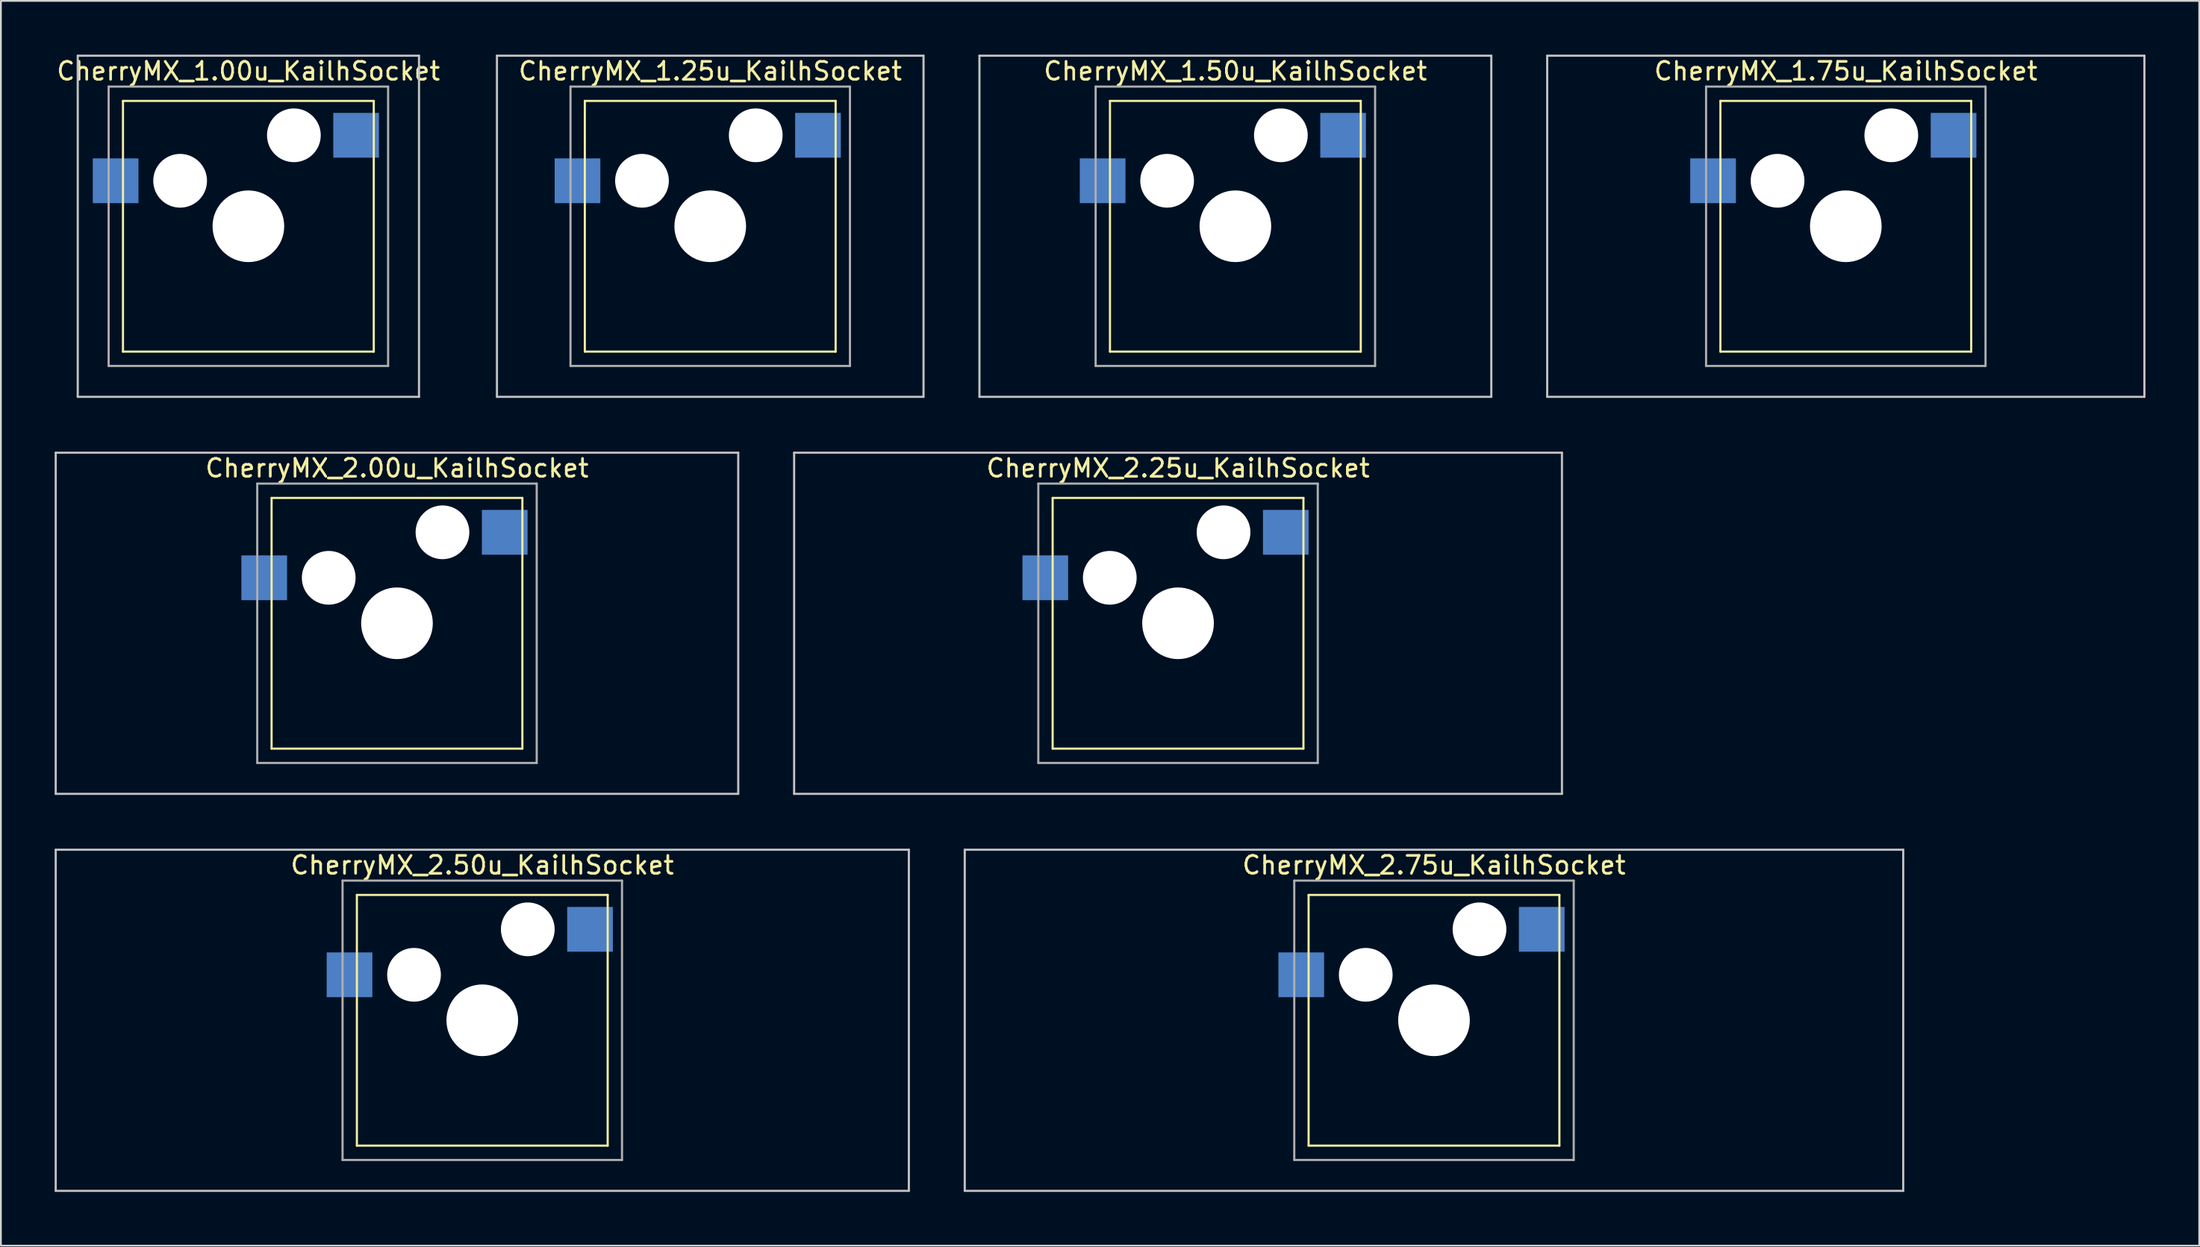
<source format=kicad_pcb>
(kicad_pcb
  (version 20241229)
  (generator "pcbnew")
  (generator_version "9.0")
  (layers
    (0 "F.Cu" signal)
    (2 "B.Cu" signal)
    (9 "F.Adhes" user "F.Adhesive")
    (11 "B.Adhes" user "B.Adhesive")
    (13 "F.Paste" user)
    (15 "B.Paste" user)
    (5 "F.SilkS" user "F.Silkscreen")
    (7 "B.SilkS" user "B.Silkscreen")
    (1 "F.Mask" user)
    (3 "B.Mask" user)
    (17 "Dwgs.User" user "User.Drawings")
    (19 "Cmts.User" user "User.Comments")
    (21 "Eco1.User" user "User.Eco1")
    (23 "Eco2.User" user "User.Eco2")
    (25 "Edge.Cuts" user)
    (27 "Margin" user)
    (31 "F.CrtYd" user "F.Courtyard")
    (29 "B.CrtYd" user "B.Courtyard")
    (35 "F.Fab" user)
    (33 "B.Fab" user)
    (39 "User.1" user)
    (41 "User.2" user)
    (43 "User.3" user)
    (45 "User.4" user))
  (footprint "CherryMX_2.50u_KailhSocket"
    (layer "F.Cu")
    (at 23.872 53.925)
    (property "Reference" "CherryMX_2.50u_KailhSocket" (at 0 -8.662 0) (layer "F.SilkS") (effects (font (size 1 1) (thickness 0.15))))
    (attr through_hole)
    (fp_line (start -7 -7) (end -7 7) (stroke (width 0.12) (type solid)) (layer "F.SilkS"))
    (fp_line (start -7 -7) (end 7 -7) (stroke (width 0.12) (type solid)) (layer "F.SilkS"))
    (fp_line (start 7 -7) (end 7 7) (stroke (width 0.12) (type solid)) (layer "F.SilkS"))
    (fp_line (start 7 7) (end -7 7) (stroke (width 0.12) (type solid)) (layer "F.SilkS"))
    (fp_line (start -23.812 -9.525) (end 23.812 -9.525) (stroke (width 0.12) (type solid)) (layer "Dwgs.User"))
    (fp_line (start -23.812 9.525) (end -23.812 -9.525) (stroke (width 0.12) (type solid)) (layer "Dwgs.User"))
    (fp_line (start 23.812 -9.525) (end 23.812 9.525) (stroke (width 0.12) (type solid)) (layer "Dwgs.User"))
    (fp_line (start 23.812 9.525) (end -23.812 9.525) (stroke (width 0.12) (type solid)) (layer "Dwgs.User"))
    (fp_line (start -7.8 -7.8) (end -7.8 7.8) (stroke (width 0.12) (type solid)) (layer "F.Fab"))
    (fp_line (start -7.8 -7.8) (end 7.8 -7.8) (stroke (width 0.12) (type solid)) (layer "F.Fab"))
    (fp_line (start -7.8 7.8) (end 7.8 7.8) (stroke (width 0.12) (type solid)) (layer "F.Fab"))
    (fp_line (start 7.8 -7.8) (end 7.8 7.8) (stroke (width 0.12) (type solid)) (layer "F.Fab"))
    (pad "" np_thru_hole circle (at -3.81 -2.54) (size 3 3) (drill 3) (layers "*.Cu" "*.Mask"))
    (pad "" np_thru_hole circle (at 0 0) (size 4 4) (drill 4) (layers "*.Cu" "*.Mask"))
    (pad "" np_thru_hole circle (at 2.54 -5.08) (size 3 3) (drill 3) (layers "*.Cu" "*.Mask"))
    (pad "1" smd rect (at -7.41 -2.54) (size 2.55 2.5) (layers "B.Cu" "B.Mask" "B.Paste"))
    (pad "2" smd rect (at 6.015 -5.08) (size 2.55 2.5) (layers "B.Cu" "B.Mask" "B.Paste")))
  (footprint "CherryMX_2.75u_KailhSocket"
    (layer "F.Cu")
    (at 76.999 53.925)
    (property "Reference" "CherryMX_2.75u_KailhSocket" (at 0 -8.662 0) (layer "F.SilkS") (effects (font (size 1 1) (thickness 0.15))))
    (attr through_hole)
    (fp_line (start -7 -7) (end -7 7) (stroke (width 0.12) (type solid)) (layer "F.SilkS"))
    (fp_line (start -7 -7) (end 7 -7) (stroke (width 0.12) (type solid)) (layer "F.SilkS"))
    (fp_line (start 7 -7) (end 7 7) (stroke (width 0.12) (type solid)) (layer "F.SilkS"))
    (fp_line (start 7 7) (end -7 7) (stroke (width 0.12) (type solid)) (layer "F.SilkS"))
    (fp_line (start -26.194 -9.525) (end 26.194 -9.525) (stroke (width 0.12) (type solid)) (layer "Dwgs.User"))
    (fp_line (start -26.194 9.525) (end -26.194 -9.525) (stroke (width 0.12) (type solid)) (layer "Dwgs.User"))
    (fp_line (start 26.194 -9.525) (end 26.194 9.525) (stroke (width 0.12) (type solid)) (layer "Dwgs.User"))
    (fp_line (start 26.194 9.525) (end -26.194 9.525) (stroke (width 0.12) (type solid)) (layer "Dwgs.User"))
    (fp_line (start -7.8 -7.8) (end -7.8 7.8) (stroke (width 0.12) (type solid)) (layer "F.Fab"))
    (fp_line (start -7.8 -7.8) (end 7.8 -7.8) (stroke (width 0.12) (type solid)) (layer "F.Fab"))
    (fp_line (start -7.8 7.8) (end 7.8 7.8) (stroke (width 0.12) (type solid)) (layer "F.Fab"))
    (fp_line (start 7.8 -7.8) (end 7.8 7.8) (stroke (width 0.12) (type solid)) (layer "F.Fab"))
    (pad "" np_thru_hole circle (at -3.81 -2.54) (size 3 3) (drill 3) (layers "*.Cu" "*.Mask"))
    (pad "" np_thru_hole circle (at 0 0) (size 4 4) (drill 4) (layers "*.Cu" "*.Mask"))
    (pad "" np_thru_hole circle (at 2.54 -5.08) (size 3 3) (drill 3) (layers "*.Cu" "*.Mask"))
    (pad "1" smd rect (at -7.41 -2.54) (size 2.55 2.5) (layers "B.Cu" "B.Mask" "B.Paste"))
    (pad "2" smd rect (at 6.015 -5.08) (size 2.55 2.5) (layers "B.Cu" "B.Mask" "B.Paste")))
  (footprint "CherryMX_1.00u_KailhSocket"
    (layer "F.Cu")
    (at 10.815 9.585)
    (property "Reference" "CherryMX_1.00u_KailhSocket" (at 0 -8.662 0) (layer "F.SilkS") (effects (font (size 1 1) (thickness 0.15))))
    (attr through_hole)
    (fp_line (start -7 -7) (end -7 7) (stroke (width 0.12) (type solid)) (layer "F.SilkS"))
    (fp_line (start -7 -7) (end 7 -7) (stroke (width 0.12) (type solid)) (layer "F.SilkS"))
    (fp_line (start 7 -7) (end 7 7) (stroke (width 0.12) (type solid)) (layer "F.SilkS"))
    (fp_line (start 7 7) (end -7 7) (stroke (width 0.12) (type solid)) (layer "F.SilkS"))
    (fp_line (start -9.525 -9.525) (end 9.525 -9.525) (stroke (width 0.12) (type solid)) (layer "Dwgs.User"))
    (fp_line (start -9.525 9.525) (end -9.525 -9.525) (stroke (width 0.12) (type solid)) (layer "Dwgs.User"))
    (fp_line (start 9.525 -9.525) (end 9.525 9.525) (stroke (width 0.12) (type solid)) (layer "Dwgs.User"))
    (fp_line (start 9.525 9.525) (end -9.525 9.525) (stroke (width 0.12) (type solid)) (layer "Dwgs.User"))
    (fp_line (start -7.8 -7.8) (end -7.8 7.8) (stroke (width 0.12) (type solid)) (layer "F.Fab"))
    (fp_line (start -7.8 -7.8) (end 7.8 -7.8) (stroke (width 0.12) (type solid)) (layer "F.Fab"))
    (fp_line (start -7.8 7.8) (end 7.8 7.8) (stroke (width 0.12) (type solid)) (layer "F.Fab"))
    (fp_line (start 7.8 -7.8) (end 7.8 7.8) (stroke (width 0.12) (type solid)) (layer "F.Fab"))
    (pad "" np_thru_hole circle (at -3.81 -2.54) (size 3 3) (drill 3) (layers "*.Cu" "*.Mask"))
    (pad "" np_thru_hole circle (at 0 0) (size 4 4) (drill 4) (layers "*.Cu" "*.Mask"))
    (pad "" np_thru_hole circle (at 2.54 -5.08) (size 3 3) (drill 3) (layers "*.Cu" "*.Mask"))
    (pad "1" smd rect (at -7.41 -2.54) (size 2.55 2.5) (layers "B.Cu" "B.Mask" "B.Paste"))
    (pad "2" smd rect (at 6.015 -5.08) (size 2.55 2.5) (layers "B.Cu" "B.Mask" "B.Paste")))
  (footprint "CherryMX_2.25u_KailhSocket"
    (layer "F.Cu")
    (at 62.711 31.755)
    (property "Reference" "CherryMX_2.25u_KailhSocket" (at 0 -8.662 0) (layer "F.SilkS") (effects (font (size 1 1) (thickness 0.15))))
    (attr through_hole)
    (fp_line (start -7 -7) (end -7 7) (stroke (width 0.12) (type solid)) (layer "F.SilkS"))
    (fp_line (start -7 -7) (end 7 -7) (stroke (width 0.12) (type solid)) (layer "F.SilkS"))
    (fp_line (start 7 -7) (end 7 7) (stroke (width 0.12) (type solid)) (layer "F.SilkS"))
    (fp_line (start 7 7) (end -7 7) (stroke (width 0.12) (type solid)) (layer "F.SilkS"))
    (fp_line (start -21.431 -9.525) (end 21.431 -9.525) (stroke (width 0.12) (type solid)) (layer "Dwgs.User"))
    (fp_line (start -21.431 9.525) (end -21.431 -9.525) (stroke (width 0.12) (type solid)) (layer "Dwgs.User"))
    (fp_line (start 21.431 -9.525) (end 21.431 9.525) (stroke (width 0.12) (type solid)) (layer "Dwgs.User"))
    (fp_line (start 21.431 9.525) (end -21.431 9.525) (stroke (width 0.12) (type solid)) (layer "Dwgs.User"))
    (fp_line (start -7.8 -7.8) (end -7.8 7.8) (stroke (width 0.12) (type solid)) (layer "F.Fab"))
    (fp_line (start -7.8 -7.8) (end 7.8 -7.8) (stroke (width 0.12) (type solid)) (layer "F.Fab"))
    (fp_line (start -7.8 7.8) (end 7.8 7.8) (stroke (width 0.12) (type solid)) (layer "F.Fab"))
    (fp_line (start 7.8 -7.8) (end 7.8 7.8) (stroke (width 0.12) (type solid)) (layer "F.Fab"))
    (pad "" np_thru_hole circle (at -3.81 -2.54) (size 3 3) (drill 3) (layers "*.Cu" "*.Mask"))
    (pad "" np_thru_hole circle (at 0 0) (size 4 4) (drill 4) (layers "*.Cu" "*.Mask"))
    (pad "" np_thru_hole circle (at 2.54 -5.08) (size 3 3) (drill 3) (layers "*.Cu" "*.Mask"))
    (pad "1" smd rect (at -7.41 -2.54) (size 2.55 2.5) (layers "B.Cu" "B.Mask" "B.Paste"))
    (pad "2" smd rect (at 6.015 -5.08) (size 2.55 2.5) (layers "B.Cu" "B.Mask" "B.Paste")))
  (footprint "CherryMX_1.50u_KailhSocket"
    (layer "F.Cu")
    (at 65.911 9.585)
    (property "Reference" "CherryMX_1.50u_KailhSocket" (at 0 -8.662 0) (layer "F.SilkS") (effects (font (size 1 1) (thickness 0.15))))
    (attr through_hole)
    (fp_line (start -7 -7) (end -7 7) (stroke (width 0.12) (type solid)) (layer "F.SilkS"))
    (fp_line (start -7 -7) (end 7 -7) (stroke (width 0.12) (type solid)) (layer "F.SilkS"))
    (fp_line (start 7 -7) (end 7 7) (stroke (width 0.12) (type solid)) (layer "F.SilkS"))
    (fp_line (start 7 7) (end -7 7) (stroke (width 0.12) (type solid)) (layer "F.SilkS"))
    (fp_line (start -14.287 -9.525) (end 14.287 -9.525) (stroke (width 0.12) (type solid)) (layer "Dwgs.User"))
    (fp_line (start -14.287 9.525) (end -14.287 -9.525) (stroke (width 0.12) (type solid)) (layer "Dwgs.User"))
    (fp_line (start 14.287 -9.525) (end 14.287 9.525) (stroke (width 0.12) (type solid)) (layer "Dwgs.User"))
    (fp_line (start 14.287 9.525) (end -14.287 9.525) (stroke (width 0.12) (type solid)) (layer "Dwgs.User"))
    (fp_line (start -7.8 -7.8) (end -7.8 7.8) (stroke (width 0.12) (type solid)) (layer "F.Fab"))
    (fp_line (start -7.8 -7.8) (end 7.8 -7.8) (stroke (width 0.12) (type solid)) (layer "F.Fab"))
    (fp_line (start -7.8 7.8) (end 7.8 7.8) (stroke (width 0.12) (type solid)) (layer "F.Fab"))
    (fp_line (start 7.8 -7.8) (end 7.8 7.8) (stroke (width 0.12) (type solid)) (layer "F.Fab"))
    (pad "" np_thru_hole circle (at -3.81 -2.54) (size 3 3) (drill 3) (layers "*.Cu" "*.Mask"))
    (pad "" np_thru_hole circle (at 0 0) (size 4 4) (drill 4) (layers "*.Cu" "*.Mask"))
    (pad "" np_thru_hole circle (at 2.54 -5.08) (size 3 3) (drill 3) (layers "*.Cu" "*.Mask"))
    (pad "1" smd rect (at -7.41 -2.54) (size 2.55 2.5) (layers "B.Cu" "B.Mask" "B.Paste"))
    (pad "2" smd rect (at 6.015 -5.08) (size 2.55 2.5) (layers "B.Cu" "B.Mask" "B.Paste")))
  (footprint "CherryMX_1.75u_KailhSocket"
    (layer "F.Cu")
    (at 99.987 9.585)
    (property "Reference" "CherryMX_1.75u_KailhSocket" (at 0 -8.662 0) (layer "F.SilkS") (effects (font (size 1 1) (thickness 0.15))))
    (attr through_hole)
    (fp_line (start -7 -7) (end -7 7) (stroke (width 0.12) (type solid)) (layer "F.SilkS"))
    (fp_line (start -7 -7) (end 7 -7) (stroke (width 0.12) (type solid)) (layer "F.SilkS"))
    (fp_line (start 7 -7) (end 7 7) (stroke (width 0.12) (type solid)) (layer "F.SilkS"))
    (fp_line (start 7 7) (end -7 7) (stroke (width 0.12) (type solid)) (layer "F.SilkS"))
    (fp_line (start -16.669 -9.525) (end 16.669 -9.525) (stroke (width 0.12) (type solid)) (layer "Dwgs.User"))
    (fp_line (start -16.669 9.525) (end -16.669 -9.525) (stroke (width 0.12) (type solid)) (layer "Dwgs.User"))
    (fp_line (start 16.669 -9.525) (end 16.669 9.525) (stroke (width 0.12) (type solid)) (layer "Dwgs.User"))
    (fp_line (start 16.669 9.525) (end -16.669 9.525) (stroke (width 0.12) (type solid)) (layer "Dwgs.User"))
    (fp_line (start -7.8 -7.8) (end -7.8 7.8) (stroke (width 0.12) (type solid)) (layer "F.Fab"))
    (fp_line (start -7.8 -7.8) (end 7.8 -7.8) (stroke (width 0.12) (type solid)) (layer "F.Fab"))
    (fp_line (start -7.8 7.8) (end 7.8 7.8) (stroke (width 0.12) (type solid)) (layer "F.Fab"))
    (fp_line (start 7.8 -7.8) (end 7.8 7.8) (stroke (width 0.12) (type solid)) (layer "F.Fab"))
    (pad "" np_thru_hole circle (at -3.81 -2.54) (size 3 3) (drill 3) (layers "*.Cu" "*.Mask"))
    (pad "" np_thru_hole circle (at 0 0) (size 4 4) (drill 4) (layers "*.Cu" "*.Mask"))
    (pad "" np_thru_hole circle (at 2.54 -5.08) (size 3 3) (drill 3) (layers "*.Cu" "*.Mask"))
    (pad "1" smd rect (at -7.41 -2.54) (size 2.55 2.5) (layers "B.Cu" "B.Mask" "B.Paste"))
    (pad "2" smd rect (at 6.015 -5.08) (size 2.55 2.5) (layers "B.Cu" "B.Mask" "B.Paste")))
  (footprint "CherryMX_2.00u_KailhSocket"
    (layer "F.Cu")
    (at 19.11 31.755)
    (property "Reference" "CherryMX_2.00u_KailhSocket" (at 0 -8.662 0) (layer "F.SilkS") (effects (font (size 1 1) (thickness 0.15))))
    (attr through_hole)
    (fp_line (start -7 -7) (end -7 7) (stroke (width 0.12) (type solid)) (layer "F.SilkS"))
    (fp_line (start -7 -7) (end 7 -7) (stroke (width 0.12) (type solid)) (layer "F.SilkS"))
    (fp_line (start 7 -7) (end 7 7) (stroke (width 0.12) (type solid)) (layer "F.SilkS"))
    (fp_line (start 7 7) (end -7 7) (stroke (width 0.12) (type solid)) (layer "F.SilkS"))
    (fp_line (start -19.05 -9.525) (end 19.05 -9.525) (stroke (width 0.12) (type solid)) (layer "Dwgs.User"))
    (fp_line (start -19.05 9.525) (end -19.05 -9.525) (stroke (width 0.12) (type solid)) (layer "Dwgs.User"))
    (fp_line (start 19.05 -9.525) (end 19.05 9.525) (stroke (width 0.12) (type solid)) (layer "Dwgs.User"))
    (fp_line (start 19.05 9.525) (end -19.05 9.525) (stroke (width 0.12) (type solid)) (layer "Dwgs.User"))
    (fp_line (start -7.8 -7.8) (end -7.8 7.8) (stroke (width 0.12) (type solid)) (layer "F.Fab"))
    (fp_line (start -7.8 -7.8) (end 7.8 -7.8) (stroke (width 0.12) (type solid)) (layer "F.Fab"))
    (fp_line (start -7.8 7.8) (end 7.8 7.8) (stroke (width 0.12) (type solid)) (layer "F.Fab"))
    (fp_line (start 7.8 -7.8) (end 7.8 7.8) (stroke (width 0.12) (type solid)) (layer "F.Fab"))
    (pad "" np_thru_hole circle (at -3.81 -2.54) (size 3 3) (drill 3) (layers "*.Cu" "*.Mask"))
    (pad "" np_thru_hole circle (at 0 0) (size 4 4) (drill 4) (layers "*.Cu" "*.Mask"))
    (pad "" np_thru_hole circle (at 2.54 -5.08) (size 3 3) (drill 3) (layers "*.Cu" "*.Mask"))
    (pad "1" smd rect (at -7.41 -2.54) (size 2.55 2.5) (layers "B.Cu" "B.Mask" "B.Paste"))
    (pad "2" smd rect (at 6.015 -5.08) (size 2.55 2.5) (layers "B.Cu" "B.Mask" "B.Paste")))
  (footprint "CherryMX_1.25u_KailhSocket"
    (layer "F.Cu")
    (at 36.597 9.585)
    (property "Reference" "CherryMX_1.25u_KailhSocket" (at 0 -8.662 0) (layer "F.SilkS") (effects (font (size 1 1) (thickness 0.15))))
    (attr through_hole)
    (fp_line (start -7 -7) (end -7 7) (stroke (width 0.12) (type solid)) (layer "F.SilkS"))
    (fp_line (start -7 -7) (end 7 -7) (stroke (width 0.12) (type solid)) (layer "F.SilkS"))
    (fp_line (start 7 -7) (end 7 7) (stroke (width 0.12) (type solid)) (layer "F.SilkS"))
    (fp_line (start 7 7) (end -7 7) (stroke (width 0.12) (type solid)) (layer "F.SilkS"))
    (fp_line (start -11.906 -9.525) (end 11.906 -9.525) (stroke (width 0.12) (type solid)) (layer "Dwgs.User"))
    (fp_line (start -11.906 9.525) (end -11.906 -9.525) (stroke (width 0.12) (type solid)) (layer "Dwgs.User"))
    (fp_line (start 11.906 -9.525) (end 11.906 9.525) (stroke (width 0.12) (type solid)) (layer "Dwgs.User"))
    (fp_line (start 11.906 9.525) (end -11.906 9.525) (stroke (width 0.12) (type solid)) (layer "Dwgs.User"))
    (fp_line (start -7.8 -7.8) (end -7.8 7.8) (stroke (width 0.12) (type solid)) (layer "F.Fab"))
    (fp_line (start -7.8 -7.8) (end 7.8 -7.8) (stroke (width 0.12) (type solid)) (layer "F.Fab"))
    (fp_line (start -7.8 7.8) (end 7.8 7.8) (stroke (width 0.12) (type solid)) (layer "F.Fab"))
    (fp_line (start 7.8 -7.8) (end 7.8 7.8) (stroke (width 0.12) (type solid)) (layer "F.Fab"))
    (pad "" np_thru_hole circle (at -3.81 -2.54) (size 3 3) (drill 3) (layers "*.Cu" "*.Mask"))
    (pad "" np_thru_hole circle (at 0 0) (size 4 4) (drill 4) (layers "*.Cu" "*.Mask"))
    (pad "" np_thru_hole circle (at 2.54 -5.08) (size 3 3) (drill 3) (layers "*.Cu" "*.Mask"))
    (pad "1" smd rect (at -7.41 -2.54) (size 2.55 2.5) (layers "B.Cu" "B.Mask" "B.Paste"))
    (pad "2" smd rect (at 6.015 -5.08) (size 2.55 2.5) (layers "B.Cu" "B.Mask" "B.Paste")))
  (gr_rect
    (start -3 -3)
    (end 119.716 66.51)
    (stroke (width 0.1) (type default))
    (fill no)
    (layer "Edge.Cuts")))
</source>
